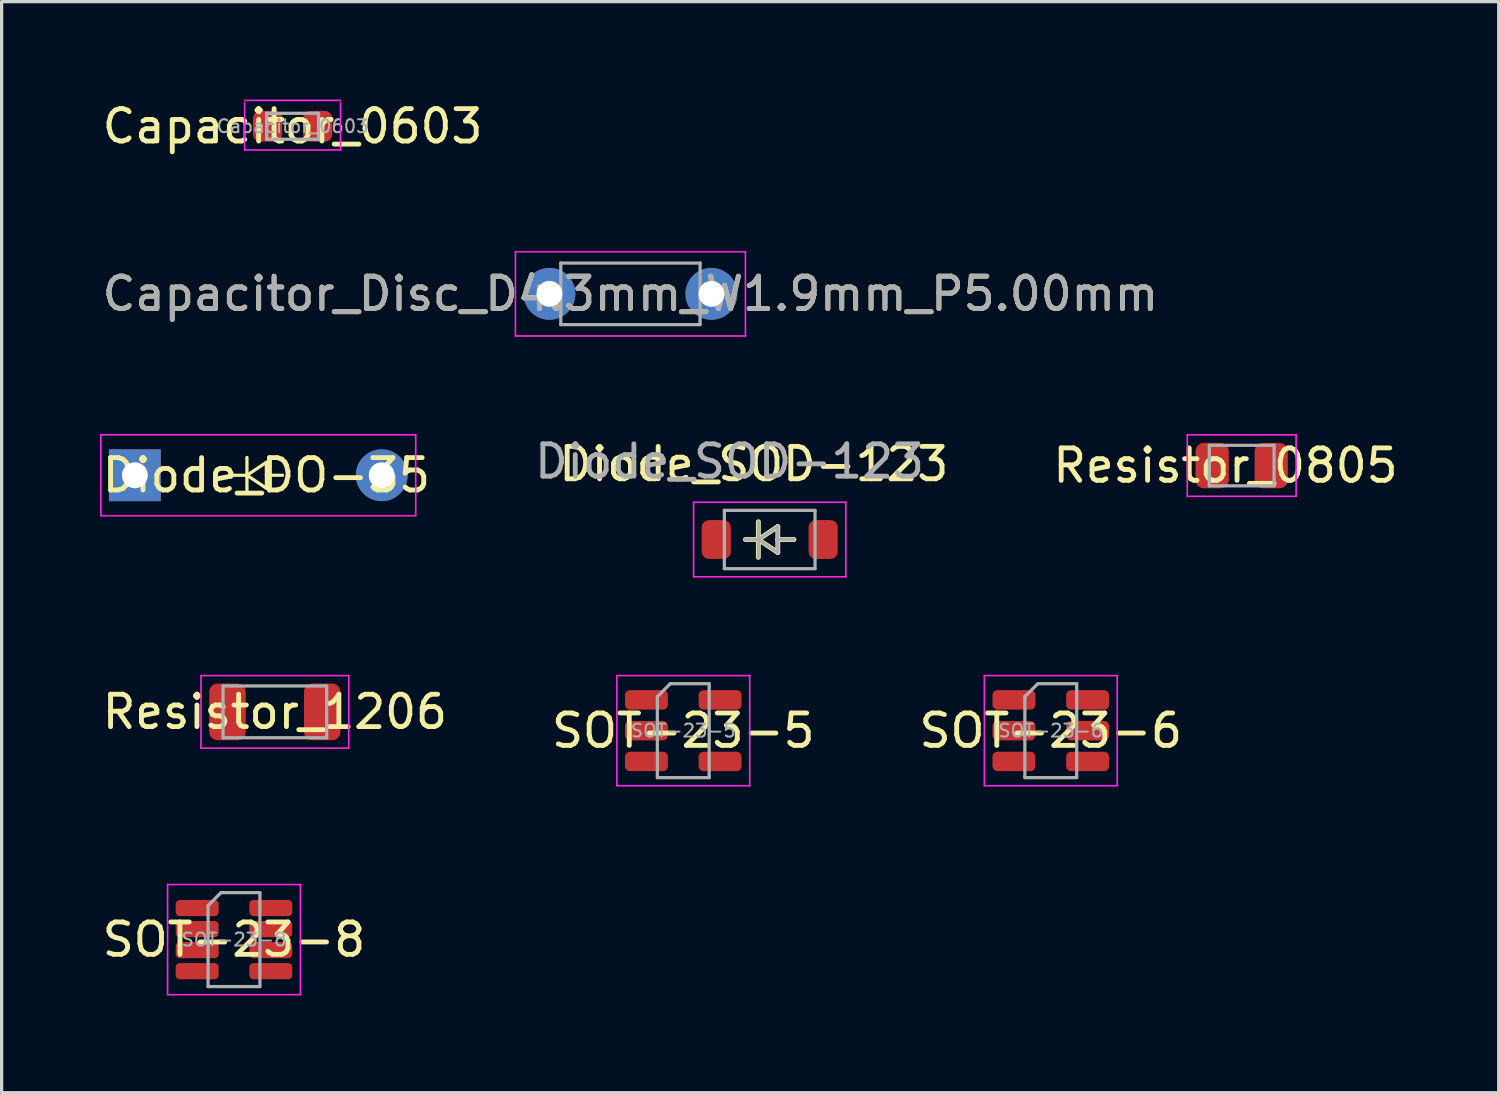
<source format=kicad_pcb>
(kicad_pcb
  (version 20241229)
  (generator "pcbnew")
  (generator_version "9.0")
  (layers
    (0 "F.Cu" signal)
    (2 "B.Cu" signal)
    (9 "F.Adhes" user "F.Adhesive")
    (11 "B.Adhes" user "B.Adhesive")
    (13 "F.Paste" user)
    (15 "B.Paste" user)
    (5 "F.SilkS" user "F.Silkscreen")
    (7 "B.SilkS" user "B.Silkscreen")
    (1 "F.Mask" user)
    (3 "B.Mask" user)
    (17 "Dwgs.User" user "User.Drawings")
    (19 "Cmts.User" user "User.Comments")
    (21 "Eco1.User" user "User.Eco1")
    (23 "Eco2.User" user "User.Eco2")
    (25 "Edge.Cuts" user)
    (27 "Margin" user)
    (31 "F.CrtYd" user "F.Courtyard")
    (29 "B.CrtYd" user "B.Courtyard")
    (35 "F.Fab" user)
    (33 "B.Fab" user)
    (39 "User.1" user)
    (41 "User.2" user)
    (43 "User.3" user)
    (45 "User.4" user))
  (footprint "Capacitor_0603"
    (layer "F.Cu")
    (at 5.982 0.848)
    (property "Reference" "Capacitor_0603" (at 0 0 0) (layer "F.SilkS") (effects (font (size 1 1) (thickness 0.15))))
    (attr smd)
    (fp_line (start -1.48 -0.8) (end 1.48 -0.8) (stroke (width 0.05) (type solid)) (layer "F.CrtYd"))
    (fp_line (start -1.48 0.73) (end -1.48 -0.73) (stroke (width 0.05) (type solid)) (layer "F.CrtYd"))
    (fp_line (start 1.48 -0.73) (end 1.48 0.73) (stroke (width 0.05) (type solid)) (layer "F.CrtYd"))
    (fp_line (start 1.48 0.73) (end -1.48 0.73) (stroke (width 0.05) (type solid)) (layer "F.CrtYd"))
    (fp_line (start -0.8 -0.4) (end 0.8 -0.4) (stroke (width 0.1) (type solid)) (layer "F.Fab"))
    (fp_line (start -0.8 0.4) (end -0.8 -0.4) (stroke (width 0.1) (type solid)) (layer "F.Fab"))
    (fp_line (start 0.8 -0.4) (end 0.8 0.4) (stroke (width 0.1) (type solid)) (layer "F.Fab"))
    (fp_line (start 0.8 0.4) (end -0.8 0.4) (stroke (width 0.1) (type solid)) (layer "F.Fab"))
    (fp_text user "${REFERENCE}" (at 0 0 0) (layer "F.Fab") (effects (font (size 0.4 0.4) (thickness 0.06))))
    (pad "1" smd roundrect (at -0.775 0) (size 0.9 0.95) (layers "F.Cu" "F.Mask" "F.Paste") (roundrect_rratio 0.25))
    (pad "2" smd roundrect (at 0.775 0) (size 0.9 0.95) (layers "F.Cu" "F.Mask" "F.Paste") (roundrect_rratio 0.25)))
  (footprint "SOT-23-6"
    (layer "F.Cu")
    (at 29.387 19.505)
    (property "Reference" "SOT-23-6" (at 0 0 0) (layer "F.SilkS") (effects (font (size 1 1) (thickness 0.15))))
    (attr smd)
    (fp_line (start -2.05 -1.7) (end -2.05 1.7) (stroke (width 0.05) (type solid)) (layer "F.CrtYd"))
    (fp_line (start -2.05 1.7) (end 2.05 1.7) (stroke (width 0.05) (type solid)) (layer "F.CrtYd"))
    (fp_line (start 2.05 -1.7) (end -2.05 -1.7) (stroke (width 0.05) (type solid)) (layer "F.CrtYd"))
    (fp_line (start 2.05 1.7) (end 2.05 -1.7) (stroke (width 0.05) (type solid)) (layer "F.CrtYd"))
    (fp_line (start -0.8 -1.05) (end -0.4 -1.45) (stroke (width 0.1) (type solid)) (layer "F.Fab"))
    (fp_line (start -0.8 1.45) (end -0.8 -1.05) (stroke (width 0.1) (type solid)) (layer "F.Fab"))
    (fp_line (start -0.4 -1.45) (end 0.8 -1.45) (stroke (width 0.1) (type solid)) (layer "F.Fab"))
    (fp_line (start 0.8 -1.45) (end 0.8 1.45) (stroke (width 0.1) (type solid)) (layer "F.Fab"))
    (fp_line (start 0.8 1.45) (end -0.8 1.45) (stroke (width 0.1) (type solid)) (layer "F.Fab"))
    (fp_text user "${REFERENCE}" (at 0 0 0) (layer "F.Fab") (effects (font (size 0.4 0.4) (thickness 0.06))))
    (pad "1" smd roundrect (at -1.137 -0.95) (size 1.325 0.6) (layers "F.Cu" "F.Mask" "F.Paste") (roundrect_rratio 0.25))
    (pad "2" smd roundrect (at -1.137 0) (size 1.325 0.6) (layers "F.Cu" "F.Mask" "F.Paste") (roundrect_rratio 0.25))
    (pad "3" smd roundrect (at -1.137 0.95) (size 1.325 0.6) (layers "F.Cu" "F.Mask" "F.Paste") (roundrect_rratio 0.25))
    (pad "4" smd roundrect (at 1.137 0.95) (size 1.325 0.6) (layers "F.Cu" "F.Mask" "F.Paste") (roundrect_rratio 0.25))
    (pad "5" smd roundrect (at 1.137 0) (size 1.325 0.6) (layers "F.Cu" "F.Mask" "F.Paste") (roundrect_rratio 0.25))
    (pad "6" smd roundrect (at 1.137 -0.95) (size 1.325 0.6) (layers "F.Cu" "F.Mask" "F.Paste") (roundrect_rratio 0.25)))
  (footprint "SOT-23-8"
    (layer "F.Cu")
    (at 4.173 25.955)
    (property "Reference" "SOT-23-8" (at 0 0 0) (layer "F.SilkS") (effects (font (size 1 1) (thickness 0.15))))
    (attr smd)
    (fp_line (start -2.05 -1.7) (end -2.05 1.7) (stroke (width 0.05) (type solid)) (layer "F.CrtYd"))
    (fp_line (start -2.05 1.7) (end 2.05 1.7) (stroke (width 0.05) (type solid)) (layer "F.CrtYd"))
    (fp_line (start 2.05 -1.7) (end -2.05 -1.7) (stroke (width 0.05) (type solid)) (layer "F.CrtYd"))
    (fp_line (start 2.05 1.7) (end 2.05 -1.7) (stroke (width 0.05) (type solid)) (layer "F.CrtYd"))
    (fp_line (start -0.8 -1.05) (end -0.4 -1.45) (stroke (width 0.1) (type solid)) (layer "F.Fab"))
    (fp_line (start -0.8 1.45) (end -0.8 -1.05) (stroke (width 0.1) (type solid)) (layer "F.Fab"))
    (fp_line (start -0.4 -1.45) (end 0.8 -1.45) (stroke (width 0.1) (type solid)) (layer "F.Fab"))
    (fp_line (start 0.8 -1.45) (end 0.8 1.45) (stroke (width 0.1) (type solid)) (layer "F.Fab"))
    (fp_line (start 0.8 1.45) (end -0.8 1.45) (stroke (width 0.1) (type solid)) (layer "F.Fab"))
    (fp_text user "${REFERENCE}" (at 0 0 0) (layer "F.Fab") (effects (font (size 0.4 0.4) (thickness 0.06))))
    (pad "1" smd roundrect (at -1.137 -0.975) (size 1.325 0.5) (layers "F.Cu" "F.Mask" "F.Paste") (roundrect_rratio 0.25))
    (pad "2" smd roundrect (at -1.137 -0.325) (size 1.325 0.5) (layers "F.Cu" "F.Mask" "F.Paste") (roundrect_rratio 0.25))
    (pad "3" smd roundrect (at -1.137 0.325) (size 1.325 0.5) (layers "F.Cu" "F.Mask" "F.Paste") (roundrect_rratio 0.25))
    (pad "4" smd roundrect (at -1.137 0.975) (size 1.325 0.5) (layers "F.Cu" "F.Mask" "F.Paste") (roundrect_rratio 0.25))
    (pad "5" smd roundrect (at 1.137 0.975) (size 1.325 0.5) (layers "F.Cu" "F.Mask" "F.Paste") (roundrect_rratio 0.25))
    (pad "6" smd roundrect (at 1.137 0.325) (size 1.325 0.5) (layers "F.Cu" "F.Mask" "F.Paste") (roundrect_rratio 0.25))
    (pad "7" smd roundrect (at 1.137 -0.325) (size 1.325 0.5) (layers "F.Cu" "F.Mask" "F.Paste") (roundrect_rratio 0.25))
    (pad "8" smd roundrect (at 1.137 -0.975) (size 1.325 0.5) (layers "F.Cu" "F.Mask" "F.Paste") (roundrect_rratio 0.25)))
  (footprint "SOT-23-5"
    (layer "F.Cu")
    (at 18.042 19.505)
    (property "Reference" "SOT-23-5" (at 0 0 0) (layer "F.SilkS") (effects (font (size 1 1) (thickness 0.15))))
    (attr smd)
    (fp_line (start -2.05 -1.7) (end -2.05 1.7) (stroke (width 0.05) (type solid)) (layer "F.CrtYd"))
    (fp_line (start -2.05 1.7) (end 2.05 1.7) (stroke (width 0.05) (type solid)) (layer "F.CrtYd"))
    (fp_line (start 2.05 -1.7) (end -2.05 -1.7) (stroke (width 0.05) (type solid)) (layer "F.CrtYd"))
    (fp_line (start 2.05 1.7) (end 2.05 -1.7) (stroke (width 0.05) (type solid)) (layer "F.CrtYd"))
    (fp_line (start -0.8 -1.05) (end -0.4 -1.45) (stroke (width 0.1) (type solid)) (layer "F.Fab"))
    (fp_line (start -0.8 1.45) (end -0.8 -1.05) (stroke (width 0.1) (type solid)) (layer "F.Fab"))
    (fp_line (start -0.4 -1.45) (end 0.8 -1.45) (stroke (width 0.1) (type solid)) (layer "F.Fab"))
    (fp_line (start 0.8 -1.45) (end 0.8 1.45) (stroke (width 0.1) (type solid)) (layer "F.Fab"))
    (fp_line (start 0.8 1.45) (end -0.8 1.45) (stroke (width 0.1) (type solid)) (layer "F.Fab"))
    (fp_text user "${REFERENCE}" (at 0 0 0) (layer "F.Fab") (effects (font (size 0.4 0.4) (thickness 0.06))))
    (pad "1" smd roundrect (at -1.137 -0.95) (size 1.325 0.6) (layers "F.Cu" "F.Mask" "F.Paste") (roundrect_rratio 0.25))
    (pad "2" smd roundrect (at -1.137 0) (size 1.325 0.6) (layers "F.Cu" "F.Mask" "F.Paste") (roundrect_rratio 0.25))
    (pad "3" smd roundrect (at -1.137 0.95) (size 1.325 0.6) (layers "F.Cu" "F.Mask" "F.Paste") (roundrect_rratio 0.25))
    (pad "4" smd roundrect (at 1.137 0.95) (size 1.325 0.6) (layers "F.Cu" "F.Mask" "F.Paste") (roundrect_rratio 0.25))
    (pad "5" smd roundrect (at 1.137 -0.95) (size 1.325 0.6) (layers "F.Cu" "F.Mask" "F.Paste") (roundrect_rratio 0.25)))
  (footprint "Diode_DO-35"
    (layer "F.Cu")
    (at 1.113 11.621)
    (property "Reference" "Diode_DO-35" (at 4.06 0 0) (layer "F.SilkS") (effects (font (size 1 1) (thickness 0.15))))
    (attr through_hole)
    (fp_line (start 3.06 0) (end 3.46 0) (stroke (width 0.1) (type solid)) (layer "F.SilkS"))
    (fp_line (start 3.46 -0.55) (end 3.46 0.55) (stroke (width 0.1) (type solid)) (layer "F.SilkS"))
    (fp_line (start 3.46 0) (end 4.06 -0.4) (stroke (width 0.1) (type solid)) (layer "F.SilkS"))
    (fp_line (start 4.06 -0.4) (end 4.06 0.4) (stroke (width 0.1) (type solid)) (layer "F.SilkS"))
    (fp_line (start 4.06 0) (end 4.56 0) (stroke (width 0.1) (type solid)) (layer "F.SilkS"))
    (fp_line (start 4.06 0.4) (end 3.46 0) (stroke (width 0.1) (type solid)) (layer "F.SilkS"))
    (fp_line (start -1.05 -1.25) (end -1.05 1.25) (stroke (width 0.05) (type solid)) (layer "F.CrtYd"))
    (fp_line (start -1.05 1.25) (end 8.67 1.25) (stroke (width 0.05) (type solid)) (layer "F.CrtYd"))
    (fp_line (start 8.67 -1.25) (end -1.05 -1.25) (stroke (width 0.05) (type solid)) (layer "F.CrtYd"))
    (fp_line (start 8.67 1.25) (end 8.67 -1.25) (stroke (width 0.05) (type solid)) (layer "F.CrtYd"))
    (pad "1" thru_hole rect (at 0 0) (size 1.6 1.6) (drill 0.8) (layers "*.Cu" "*.Mask"))
    (pad "2" thru_hole oval (at 7.62 0) (size 1.6 1.6) (drill 0.8) (layers "*.Cu" "*.Mask")))
  (footprint "Resistor_0805"
    (layer "F.Cu")
    (at 35.28 11.322)
    (property "Reference" "Resistor_0805" (at -0.5 0 0) (layer "F.SilkS") (effects (font (size 1 1) (thickness 0.15))))
    (attr smd)
    (fp_line (start -1.68 -0.95) (end 1.68 -0.95) (stroke (width 0.05) (type solid)) (layer "F.CrtYd"))
    (fp_line (start -1.68 0.95) (end -1.68 -0.95) (stroke (width 0.05) (type solid)) (layer "F.CrtYd"))
    (fp_line (start 1.68 -0.95) (end 1.68 0.95) (stroke (width 0.05) (type solid)) (layer "F.CrtYd"))
    (fp_line (start 1.68 0.95) (end -1.68 0.95) (stroke (width 0.05) (type solid)) (layer "F.CrtYd"))
    (fp_line (start -1 -0.625) (end 1 -0.625) (stroke (width 0.1) (type solid)) (layer "F.Fab"))
    (fp_line (start -1 0.625) (end -1 -0.625) (stroke (width 0.1) (type solid)) (layer "F.Fab"))
    (fp_line (start 1 -0.625) (end 1 0.625) (stroke (width 0.1) (type solid)) (layer "F.Fab"))
    (fp_line (start 1 0.625) (end -1 0.625) (stroke (width 0.1) (type solid)) (layer "F.Fab"))
    (pad "1" smd roundrect (at -0.912 0) (size 1.025 1.4) (layers "F.Cu" "F.Mask" "F.Paste") (roundrect_rratio 0.244))
    (pad "2" smd roundrect (at 0.912 0) (size 1.025 1.4) (layers "F.Cu" "F.Mask" "F.Paste") (roundrect_rratio 0.244)))
  (footprint "Resistor_1206"
    (layer "F.Cu")
    (at 5.435 18.925)
    (property "Reference" "Resistor_1206" (at 0 0 0) (layer "F.SilkS") (effects (font (size 1 1) (thickness 0.15))))
    (attr smd)
    (fp_line (start -2.28 -1.12) (end 2.28 -1.12) (stroke (width 0.05) (type solid)) (layer "F.CrtYd"))
    (fp_line (start -2.28 1.12) (end -2.28 -1.12) (stroke (width 0.05) (type solid)) (layer "F.CrtYd"))
    (fp_line (start 2.28 -1.12) (end 2.28 1.12) (stroke (width 0.05) (type solid)) (layer "F.CrtYd"))
    (fp_line (start 2.28 1.12) (end -2.28 1.12) (stroke (width 0.05) (type solid)) (layer "F.CrtYd"))
    (fp_line (start -1.6 -0.8) (end 1.6 -0.8) (stroke (width 0.1) (type solid)) (layer "F.Fab"))
    (fp_line (start -1.6 0.8) (end -1.6 -0.8) (stroke (width 0.1) (type solid)) (layer "F.Fab"))
    (fp_line (start 1.6 -0.8) (end 1.6 0.8) (stroke (width 0.1) (type solid)) (layer "F.Fab"))
    (fp_line (start 1.6 0.8) (end -1.6 0.8) (stroke (width 0.1) (type solid)) (layer "F.Fab"))
    (pad "1" smd roundrect (at -1.462 0) (size 1.125 1.75) (layers "F.Cu" "F.Mask" "F.Paste") (roundrect_rratio 0.222))
    (pad "2" smd roundrect (at 1.462 0) (size 1.125 1.75) (layers "F.Cu" "F.Mask" "F.Paste") (roundrect_rratio 0.222)))
  (footprint "Diode_SOD-123"
    (layer "F.Cu")
    (at 20.71 13.605)
    (property "Reference" "Diode_SOD-123" (at -0.49 -2.33 0) (layer "F.SilkS") (effects (font (size 1 1) (thickness 0.15))))
    (attr smd)
    (fp_line (start -0.75 0) (end -0.35 0) (stroke (width 0.15) (type solid)) (layer "F.SilkS"))
    (fp_line (start -0.35 0) (end -0.35 -0.55) (stroke (width 0.15) (type solid)) (layer "F.SilkS"))
    (fp_line (start -0.35 0) (end -0.35 0.55) (stroke (width 0.15) (type solid)) (layer "F.SilkS"))
    (fp_line (start -0.35 0) (end 0.25 -0.4) (stroke (width 0.15) (type solid)) (layer "F.SilkS"))
    (fp_line (start 0.25 -0.4) (end 0.25 0.4) (stroke (width 0.15) (type solid)) (layer "F.SilkS"))
    (fp_line (start 0.25 0) (end 0.75 0) (stroke (width 0.15) (type solid)) (layer "F.SilkS"))
    (fp_line (start 0.25 0.4) (end -0.35 0) (stroke (width 0.15) (type solid)) (layer "F.SilkS"))
    (fp_line (start -2.35 -1.15) (end -2.35 1.15) (stroke (width 0.05) (type solid)) (layer "F.CrtYd"))
    (fp_line (start -2.35 -1.15) (end 2.35 -1.15) (stroke (width 0.05) (type solid)) (layer "F.CrtYd"))
    (fp_line (start 2.35 -1.15) (end 2.35 1.15) (stroke (width 0.05) (type solid)) (layer "F.CrtYd"))
    (fp_line (start 2.35 1.15) (end -2.35 1.15) (stroke (width 0.05) (type solid)) (layer "F.CrtYd"))
    (fp_line (start -1.4 -0.9) (end 1.4 -0.9) (stroke (width 0.1) (type solid)) (layer "F.Fab"))
    (fp_line (start -1.4 0.9) (end -1.4 -0.9) (stroke (width 0.1) (type solid)) (layer "F.Fab"))
    (fp_line (start -0.75 0) (end -0.35 0) (stroke (width 0.1) (type solid)) (layer "F.Fab"))
    (fp_line (start -0.35 0) (end -0.35 -0.55) (stroke (width 0.1) (type solid)) (layer "F.Fab"))
    (fp_line (start -0.35 0) (end -0.35 0.55) (stroke (width 0.1) (type solid)) (layer "F.Fab"))
    (fp_line (start -0.35 0) (end 0.25 -0.4) (stroke (width 0.1) (type solid)) (layer "F.Fab"))
    (fp_line (start 0.25 -0.4) (end 0.25 0.4) (stroke (width 0.1) (type solid)) (layer "F.Fab"))
    (fp_line (start 0.25 0) (end 0.75 0) (stroke (width 0.1) (type solid)) (layer "F.Fab"))
    (fp_line (start 0.25 0.4) (end -0.35 0) (stroke (width 0.1) (type solid)) (layer "F.Fab"))
    (fp_line (start 1.4 -0.9) (end 1.4 0.9) (stroke (width 0.1) (type solid)) (layer "F.Fab"))
    (fp_line (start 1.4 0.9) (end -1.4 0.9) (stroke (width 0.1) (type solid)) (layer "F.Fab"))
    (fp_text user "${REFERENCE}" (at -1.24 -2.41 0) (layer "F.Fab") (effects (font (size 1 1) (thickness 0.15))))
    (pad "1" smd roundrect (at -1.65 0) (size 0.9 1.2) (layers "F.Cu" "F.Mask" "F.Paste") (roundrect_rratio 0.25))
    (pad "2" smd roundrect (at 1.65 0) (size 0.9 1.2) (layers "F.Cu" "F.Mask" "F.Paste") (roundrect_rratio 0.25)))
  (footprint "Capacitor_Disc_D4.3mm_W1.9mm_P5.00mm"
    (layer "F.Cu")
    (at 13.911 6.021)
    (property "Reference" "Capacitor_Disc_D4.3mm_W1.9mm_P5.00mm" (at 2.5 0 0) (layer "F.SilkS") (effects (font (size 1 1) (thickness 0.15))))
    (attr through_hole)
    (fp_line (start -1.05 -1.3) (end -1.05 1.3) (stroke (width 0.05) (type solid)) (layer "F.CrtYd"))
    (fp_line (start -1.05 1.3) (end 6.05 1.3) (stroke (width 0.05) (type solid)) (layer "F.CrtYd"))
    (fp_line (start 6.05 -1.3) (end -1.05 -1.3) (stroke (width 0.05) (type solid)) (layer "F.CrtYd"))
    (fp_line (start 6.05 1.3) (end 6.05 -1.3) (stroke (width 0.05) (type solid)) (layer "F.CrtYd"))
    (fp_line (start 0.35 -0.95) (end 0.35 0.95) (stroke (width 0.1) (type solid)) (layer "F.Fab"))
    (fp_line (start 0.35 0.95) (end 4.65 0.95) (stroke (width 0.1) (type solid)) (layer "F.Fab"))
    (fp_line (start 4.65 -0.95) (end 0.35 -0.95) (stroke (width 0.1) (type solid)) (layer "F.Fab"))
    (fp_line (start 4.65 0.95) (end 4.65 -0.95) (stroke (width 0.1) (type solid)) (layer "F.Fab"))
    (fp_text user "${REFERENCE}" (at 2.5 0 0) (layer "F.Fab") (effects (font (size 1 1) (thickness 0.15))))
    (pad "1" thru_hole circle (at 0 0) (size 1.6 1.6) (drill 0.8) (layers "*.Cu" "*.Mask"))
    (pad "2" thru_hole circle (at 5 0) (size 1.6 1.6) (drill 0.8) (layers "*.Cu" "*.Mask")))
  (gr_rect
    (start -3 -3)
    (end 43.214 30.68)
    (stroke (width 0.1) (type default))
    (fill no)
    (layer "Edge.Cuts")))
</source>
